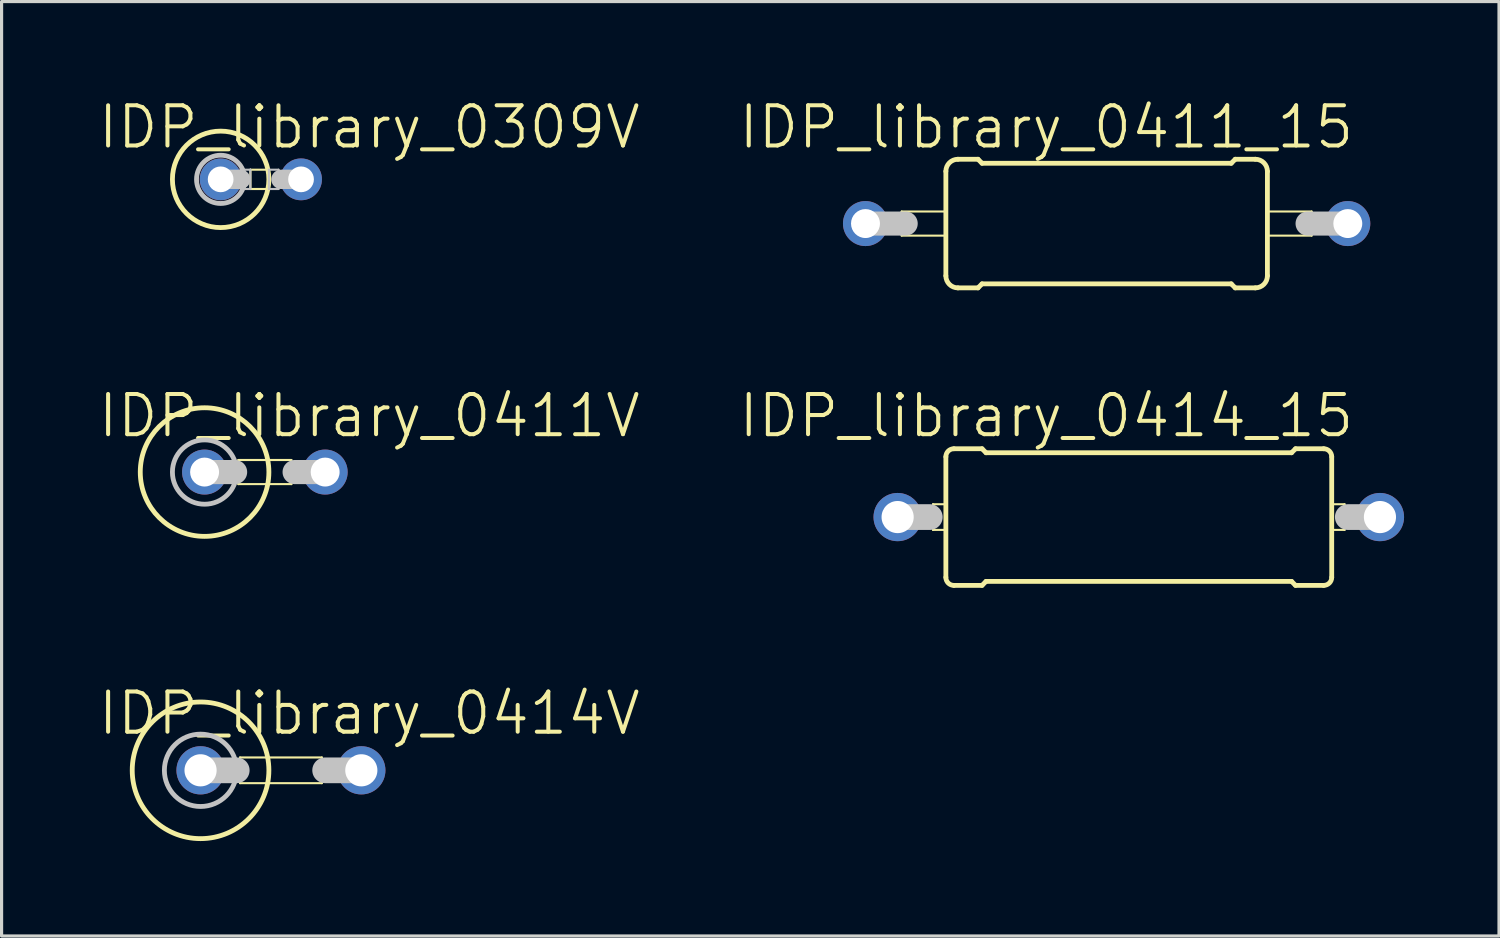
<source format=kicad_pcb>
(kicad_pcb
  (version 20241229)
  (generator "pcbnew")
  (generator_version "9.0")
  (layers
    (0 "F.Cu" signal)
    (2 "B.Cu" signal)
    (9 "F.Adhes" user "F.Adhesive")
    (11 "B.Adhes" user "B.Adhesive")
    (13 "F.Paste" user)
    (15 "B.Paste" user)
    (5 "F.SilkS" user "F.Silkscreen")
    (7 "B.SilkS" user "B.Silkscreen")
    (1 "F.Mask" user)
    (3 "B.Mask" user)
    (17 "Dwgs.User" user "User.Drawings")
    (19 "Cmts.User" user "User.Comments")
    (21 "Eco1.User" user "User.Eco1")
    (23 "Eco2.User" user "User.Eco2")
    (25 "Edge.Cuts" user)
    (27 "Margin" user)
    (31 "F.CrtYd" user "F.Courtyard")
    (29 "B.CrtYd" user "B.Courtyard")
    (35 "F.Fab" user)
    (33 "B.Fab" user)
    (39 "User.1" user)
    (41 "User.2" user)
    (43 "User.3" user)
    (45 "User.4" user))
  (footprint "IDP_library_0414V"
    (layer "F.Cu")
    (at 5.827 21.29)
    (property "Reference" "IDP_library_0414V" (at 2.794 -1.801 0) (layer "F.SilkS") (effects (font (size 1.27 1.27) (thickness 0.127))))
    (attr exclude_from_pos_files exclude_from_bom)
    (fp_line (start -1.293 -0.406) (end 1.293 -0.406) (stroke (width 0.066) (type solid)) (layer "F.SilkS"))
    (fp_line (start -1.293 0.406) (end -1.293 -0.406) (stroke (width 0.066) (type solid)) (layer "F.SilkS"))
    (fp_line (start -1.293 0.406) (end 1.293 0.406) (stroke (width 0.066) (type solid)) (layer "F.SilkS"))
    (fp_line (start 1.293 0.406) (end 1.293 -0.406) (stroke (width 0.066) (type solid)) (layer "F.SilkS"))
    (fp_circle (center -2.54 0) (end -2.54 -2.159) (stroke (width 0.152) (type solid)) (fill no) (layer "F.SilkS"))
    (fp_line (start -2.54 0) (end -1.397 0) (stroke (width 0.813) (type solid)) (layer "Dwgs.User"))
    (fp_line (start 2.54 0) (end 1.397 0) (stroke (width 0.813) (type solid)) (layer "Dwgs.User"))
    (fp_circle (center -2.54 0) (end -2.54 -1.143) (stroke (width 0.152) (type solid)) (fill no) (layer "Dwgs.User"))
    (pad "1" thru_hole circle (at -2.54 0) (size 1.524 1.524) (drill 1.016) (layers "*.Cu" "*.Paste" "*.Mask"))
    (pad "2" thru_hole circle (at 2.54 0) (size 1.524 1.524) (drill 1.016) (layers "*.Cu" "*.Paste" "*.Mask")))
  (footprint "IDP_library_0411_15"
    (layer "F.Cu")
    (at 31.917 4.014)
    (property "Reference" "IDP_library_0411_15" (at -1.905 -3.048 0) (layer "F.SilkS") (effects (font (size 1.27 1.27) (thickness 0.127))))
    (attr exclude_from_pos_files exclude_from_bom)
    (fp_line (start -6.477 -0.381) (end -5.08 -0.381) (stroke (width 0.066) (type solid)) (layer "F.SilkS"))
    (fp_line (start -6.477 0.381) (end -6.477 -0.381) (stroke (width 0.066) (type solid)) (layer "F.SilkS"))
    (fp_line (start -6.477 0.381) (end -5.08 0.381) (stroke (width 0.066) (type solid)) (layer "F.SilkS"))
    (fp_line (start -5.08 -1.651) (end -5.08 1.651) (stroke (width 0.152) (type solid)) (layer "F.SilkS"))
    (fp_line (start -5.08 0.381) (end -5.08 -0.381) (stroke (width 0.066) (type solid)) (layer "F.SilkS"))
    (fp_line (start -4.699 -2.032) (end -4.064 -2.032) (stroke (width 0.152) (type solid)) (layer "F.SilkS"))
    (fp_line (start -4.699 2.032) (end -4.064 2.032) (stroke (width 0.152) (type solid)) (layer "F.SilkS"))
    (fp_line (start -3.937 -1.905) (end -4.064 -2.032) (stroke (width 0.152) (type solid)) (layer "F.SilkS"))
    (fp_line (start -3.937 -1.905) (end 3.937 -1.905) (stroke (width 0.152) (type solid)) (layer "F.SilkS"))
    (fp_line (start -3.937 1.905) (end -4.064 2.032) (stroke (width 0.152) (type solid)) (layer "F.SilkS"))
    (fp_line (start -3.937 1.905) (end 3.937 1.905) (stroke (width 0.152) (type solid)) (layer "F.SilkS"))
    (fp_line (start 3.937 -1.905) (end 4.064 -2.032) (stroke (width 0.152) (type solid)) (layer "F.SilkS"))
    (fp_line (start 3.937 1.905) (end 4.064 2.032) (stroke (width 0.152) (type solid)) (layer "F.SilkS"))
    (fp_line (start 4.699 -2.032) (end 4.064 -2.032) (stroke (width 0.152) (type solid)) (layer "F.SilkS"))
    (fp_line (start 4.699 2.032) (end 4.064 2.032) (stroke (width 0.152) (type solid)) (layer "F.SilkS"))
    (fp_line (start 5.08 -0.381) (end 6.477 -0.381) (stroke (width 0.066) (type solid)) (layer "F.SilkS"))
    (fp_line (start 5.08 0.381) (end 5.08 -0.381) (stroke (width 0.066) (type solid)) (layer "F.SilkS"))
    (fp_line (start 5.08 0.381) (end 6.477 0.381) (stroke (width 0.066) (type solid)) (layer "F.SilkS"))
    (fp_line (start 5.08 1.651) (end 5.08 -1.651) (stroke (width 0.152) (type solid)) (layer "F.SilkS"))
    (fp_line (start 6.477 0.381) (end 6.477 -0.381) (stroke (width 0.066) (type solid)) (layer "F.SilkS"))
    (fp_arc (start -5.08 -1.651) (mid -4.968408 -1.920408) (end -4.699 -2.032) (stroke (width 0.1524) (type solid)) (layer "F.SilkS"))
    (fp_arc (start -4.699 2.032) (mid -4.968408 1.920408) (end -5.08 1.651) (stroke (width 0.1524) (type solid)) (layer "F.SilkS"))
    (fp_arc (start 4.699 -2.032) (mid 4.968408 -1.920408) (end 5.08 -1.651) (stroke (width 0.1524) (type solid)) (layer "F.SilkS"))
    (fp_arc (start 5.08 1.651) (mid 4.968408 1.920408) (end 4.699 2.032) (stroke (width 0.1524) (type solid)) (layer "F.SilkS"))
    (fp_line (start -7.62 0) (end -6.35 0) (stroke (width 0.762) (type solid)) (layer "Dwgs.User"))
    (fp_line (start 6.35 0) (end 7.62 0) (stroke (width 0.762) (type solid)) (layer "Dwgs.User"))
    (pad "1" thru_hole circle (at -7.62 0) (size 1.422 1.422) (drill 0.914) (layers "*.Cu" "*.Paste" "*.Mask"))
    (pad "2" thru_hole circle (at 7.62 0) (size 1.422 1.422) (drill 0.914) (layers "*.Cu" "*.Paste" "*.Mask")))
  (footprint "IDP_library_0414_15"
    (layer "F.Cu")
    (at 32.933 13.288)
    (property "Reference" "IDP_library_0414_15" (at -2.921 -3.2 0) (layer "F.SilkS") (effects (font (size 1.27 1.27) (thickness 0.127))))
    (attr exclude_from_pos_files exclude_from_bom)
    (fp_line (start -6.502 -0.406) (end -6.096 -0.406) (stroke (width 0.066) (type solid)) (layer "F.SilkS"))
    (fp_line (start -6.502 0.406) (end -6.502 -0.406) (stroke (width 0.066) (type solid)) (layer "F.SilkS"))
    (fp_line (start -6.502 0.406) (end -6.096 0.406) (stroke (width 0.066) (type solid)) (layer "F.SilkS"))
    (fp_line (start -6.096 0.406) (end -6.096 -0.406) (stroke (width 0.066) (type solid)) (layer "F.SilkS"))
    (fp_line (start -6.096 1.905) (end -6.096 -1.905) (stroke (width 0.152) (type solid)) (layer "F.SilkS"))
    (fp_line (start -5.842 -2.159) (end -4.953 -2.159) (stroke (width 0.152) (type solid)) (layer "F.SilkS"))
    (fp_line (start -5.842 2.159) (end -4.953 2.159) (stroke (width 0.152) (type solid)) (layer "F.SilkS"))
    (fp_line (start -4.826 -2.032) (end -4.953 -2.159) (stroke (width 0.152) (type solid)) (layer "F.SilkS"))
    (fp_line (start -4.826 2.032) (end -4.953 2.159) (stroke (width 0.152) (type solid)) (layer "F.SilkS"))
    (fp_line (start 4.826 -2.032) (end -4.826 -2.032) (stroke (width 0.152) (type solid)) (layer "F.SilkS"))
    (fp_line (start 4.826 -2.032) (end 4.953 -2.159) (stroke (width 0.152) (type solid)) (layer "F.SilkS"))
    (fp_line (start 4.826 2.032) (end -4.826 2.032) (stroke (width 0.152) (type solid)) (layer "F.SilkS"))
    (fp_line (start 4.826 2.032) (end 4.953 2.159) (stroke (width 0.152) (type solid)) (layer "F.SilkS"))
    (fp_line (start 5.842 -2.159) (end 4.953 -2.159) (stroke (width 0.152) (type solid)) (layer "F.SilkS"))
    (fp_line (start 5.842 2.159) (end 4.953 2.159) (stroke (width 0.152) (type solid)) (layer "F.SilkS"))
    (fp_line (start 6.096 -0.406) (end 6.502 -0.406) (stroke (width 0.066) (type solid)) (layer "F.SilkS"))
    (fp_line (start 6.096 0.406) (end 6.096 -0.406) (stroke (width 0.066) (type solid)) (layer "F.SilkS"))
    (fp_line (start 6.096 0.406) (end 6.502 0.406) (stroke (width 0.066) (type solid)) (layer "F.SilkS"))
    (fp_line (start 6.096 1.905) (end 6.096 -1.905) (stroke (width 0.152) (type solid)) (layer "F.SilkS"))
    (fp_line (start 6.502 0.406) (end 6.502 -0.406) (stroke (width 0.066) (type solid)) (layer "F.SilkS"))
    (fp_arc (start -6.096 -1.905) (mid -6.021605 -2.084605) (end -5.842 -2.159) (stroke (width 0.1524) (type solid)) (layer "F.SilkS"))
    (fp_arc (start -5.842 2.159) (mid -6.021605 2.084605) (end -6.096 1.905) (stroke (width 0.1524) (type solid)) (layer "F.SilkS"))
    (fp_arc (start 5.842 -2.159) (mid 6.021605 -2.084605) (end 6.096 -1.905) (stroke (width 0.1524) (type solid)) (layer "F.SilkS"))
    (fp_arc (start 6.096 1.905) (mid 6.021605 2.084605) (end 5.842 2.159) (stroke (width 0.1524) (type solid)) (layer "F.SilkS"))
    (fp_line (start -7.62 0) (end -6.604 0) (stroke (width 0.813) (type solid)) (layer "Dwgs.User"))
    (fp_line (start 7.62 0) (end 6.604 0) (stroke (width 0.813) (type solid)) (layer "Dwgs.User"))
    (pad "1" thru_hole circle (at -7.62 0) (size 1.524 1.524) (drill 1.016) (layers "*.Cu" "*.Paste" "*.Mask"))
    (pad "2" thru_hole circle (at 7.62 0) (size 1.524 1.524) (drill 1.016) (layers "*.Cu" "*.Paste" "*.Mask")))
  (footprint "IDP_library_0411V"
    (layer "F.Cu")
    (at 5.954 11.866)
    (property "Reference" "IDP_library_0411V" (at 2.667 -1.778 0) (layer "F.SilkS") (effects (font (size 1.27 1.27) (thickness 0.127))))
    (attr exclude_from_pos_files exclude_from_bom)
    (fp_line (start -1.473 -0.381) (end 0.203 -0.381) (stroke (width 0.066) (type solid)) (layer "F.SilkS"))
    (fp_line (start -1.473 0.381) (end -1.473 -0.381) (stroke (width 0.066) (type solid)) (layer "F.SilkS"))
    (fp_line (start -1.473 0.381) (end 0.203 0.381) (stroke (width 0.066) (type solid)) (layer "F.SilkS"))
    (fp_line (start 0.203 0.381) (end 0.203 -0.381) (stroke (width 0.066) (type solid)) (layer "F.SilkS"))
    (fp_circle (center -2.54 0) (end -2.54 -2.032) (stroke (width 0.152) (type solid)) (fill no) (layer "F.SilkS"))
    (fp_line (start -1.575 0) (end -2.54 0) (stroke (width 0.762) (type solid)) (layer "Dwgs.User"))
    (fp_line (start 1.27 0) (end 0.305 0) (stroke (width 0.762) (type solid)) (layer "Dwgs.User"))
    (fp_circle (center -2.54 0) (end -2.54 -1.016) (stroke (width 0.152) (type solid)) (fill no) (layer "Dwgs.User"))
    (pad "1" thru_hole circle (at -2.54 0) (size 1.422 1.422) (drill 0.914) (layers "*.Cu" "*.Paste" "*.Mask"))
    (pad "2" thru_hole circle (at 1.27 0) (size 1.422 1.422) (drill 0.914) (layers "*.Cu" "*.Paste" "*.Mask")))
  (footprint "IDP_library_0309V"
    (layer "F.Cu")
    (at 5.192 2.617)
    (property "Reference" "IDP_library_0309V" (at 3.429 -1.651 0) (layer "F.SilkS") (effects (font (size 1.27 1.27) (thickness 0.127))))
    (attr exclude_from_pos_files exclude_from_bom)
    (fp_line (start -0.33 -0.305) (end 0.254 -0.305) (stroke (width 0.066) (type solid)) (layer "F.SilkS"))
    (fp_line (start -0.33 0.305) (end -0.33 -0.305) (stroke (width 0.066) (type solid)) (layer "F.SilkS"))
    (fp_line (start -0.33 0.305) (end 0.254 0.305) (stroke (width 0.066) (type solid)) (layer "F.SilkS"))
    (fp_line (start 0.254 0.305) (end 0.254 -0.305) (stroke (width 0.066) (type solid)) (layer "F.SilkS"))
    (fp_circle (center -1.27 0) (end -1.27 -1.524) (stroke (width 0.152) (type solid)) (fill no) (layer "F.SilkS"))
    (fp_line (start -0.635 -0.305) (end -0.33 -0.305) (stroke (width 0.066) (type solid)) (layer "Dwgs.User"))
    (fp_line (start -0.635 0) (end -1.27 0) (stroke (width 0.61) (type solid)) (layer "Dwgs.User"))
    (fp_line (start -0.635 0.305) (end -0.635 -0.305) (stroke (width 0.066) (type solid)) (layer "Dwgs.User"))
    (fp_line (start -0.635 0.305) (end -0.33 0.305) (stroke (width 0.066) (type solid)) (layer "Dwgs.User"))
    (fp_line (start -0.33 0.305) (end -0.33 -0.305) (stroke (width 0.066) (type solid)) (layer "Dwgs.User"))
    (fp_line (start 0.254 -0.305) (end 0.559 -0.305) (stroke (width 0.066) (type solid)) (layer "Dwgs.User"))
    (fp_line (start 0.254 0.305) (end 0.254 -0.305) (stroke (width 0.066) (type solid)) (layer "Dwgs.User"))
    (fp_line (start 0.254 0.305) (end 0.559 0.305) (stroke (width 0.066) (type solid)) (layer "Dwgs.User"))
    (fp_line (start 0.559 0.305) (end 0.559 -0.305) (stroke (width 0.066) (type solid)) (layer "Dwgs.User"))
    (fp_line (start 1.27 0) (end 0.635 0) (stroke (width 0.61) (type solid)) (layer "Dwgs.User"))
    (fp_circle (center -1.27 0) (end -1.27 -0.762) (stroke (width 0.152) (type solid)) (fill no) (layer "Dwgs.User"))
    (pad "1" thru_hole circle (at -1.27 0) (size 1.321 1.321) (drill 0.813) (layers "*.Cu" "*.Paste" "*.Mask"))
    (pad "2" thru_hole circle (at 1.27 0) (size 1.321 1.321) (drill 0.813) (layers "*.Cu" "*.Paste" "*.Mask")))
  (gr_rect
    (start -3 -3)
    (end 44.315 26.525)
    (stroke (width 0.1) (type default))
    (fill no)
    (layer "Edge.Cuts")))
</source>
